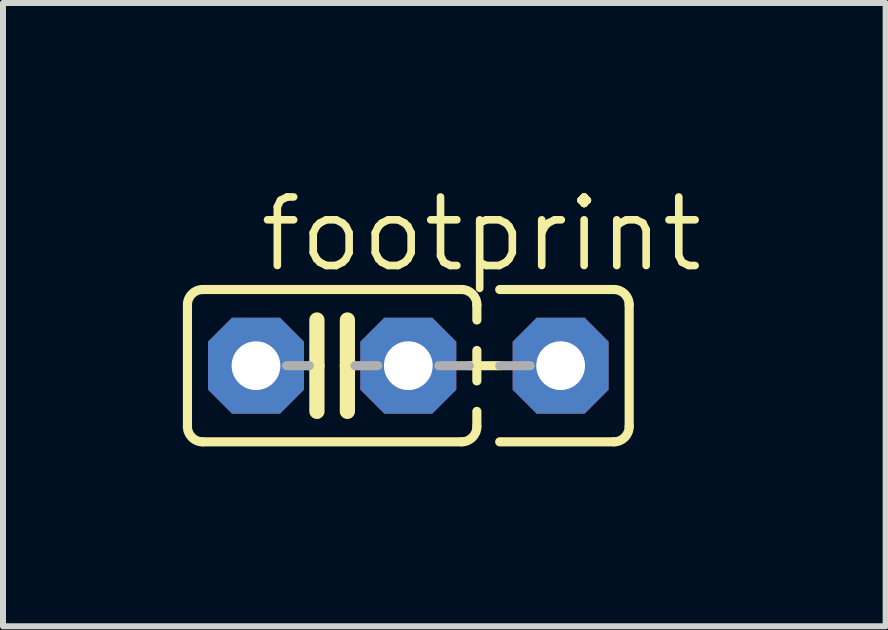
<source format=kicad_pcb>
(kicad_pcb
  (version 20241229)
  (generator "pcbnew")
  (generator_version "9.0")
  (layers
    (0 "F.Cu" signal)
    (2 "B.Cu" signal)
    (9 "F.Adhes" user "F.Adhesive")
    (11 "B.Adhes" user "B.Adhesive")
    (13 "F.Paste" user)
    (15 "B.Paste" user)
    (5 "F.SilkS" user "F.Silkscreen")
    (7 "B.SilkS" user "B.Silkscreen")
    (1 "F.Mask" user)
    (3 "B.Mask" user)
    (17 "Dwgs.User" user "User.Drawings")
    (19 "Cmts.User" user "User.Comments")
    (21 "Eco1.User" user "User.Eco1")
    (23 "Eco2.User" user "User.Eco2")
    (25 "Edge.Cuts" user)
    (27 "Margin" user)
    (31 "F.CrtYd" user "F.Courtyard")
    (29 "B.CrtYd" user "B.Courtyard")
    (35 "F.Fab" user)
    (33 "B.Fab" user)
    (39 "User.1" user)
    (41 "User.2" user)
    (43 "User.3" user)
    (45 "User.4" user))
  (footprint "footprint"
    (layer "F.Cu")
    (at 2.489 3.048)
    (property "Reference" "footprint" (at -1.27 -1.524 0) (layer "F.SilkS") (effects (font (size 1.143 1.143) (thickness 0.127)) (justify left bottom)))
    (fp_line (start -2.413 -1.016) (end -2.413 1.016) (stroke (width 0.152) (type solid)) (layer "F.SilkS"))
    (fp_line (start -2.159 -1.27) (end 2.159 -1.27) (stroke (width 0.152) (type solid)) (layer "F.SilkS"))
    (fp_line (start -0.254 -0.762) (end -0.254 0) (stroke (width 0.254) (type solid)) (layer "F.SilkS"))
    (fp_line (start -0.254 0) (end -0.381 0) (stroke (width 0.152) (type solid)) (layer "F.SilkS"))
    (fp_line (start -0.254 0) (end -0.254 0.762) (stroke (width 0.254) (type solid)) (layer "F.SilkS"))
    (fp_line (start 0.254 0) (end 0.254 -0.762) (stroke (width 0.254) (type solid)) (layer "F.SilkS"))
    (fp_line (start 0.254 0) (end 0.254 0.762) (stroke (width 0.254) (type solid)) (layer "F.SilkS"))
    (fp_line (start 0.381 0) (end 0.254 0) (stroke (width 0.152) (type solid)) (layer "F.SilkS"))
    (fp_line (start 2.159 1.27) (end -2.159 1.27) (stroke (width 0.152) (type solid)) (layer "F.SilkS"))
    (fp_line (start 2.286 0) (end 2.794 0) (stroke (width 0.152) (type solid)) (layer "F.SilkS"))
    (fp_line (start 2.413 -1.016) (end 2.413 -0.762) (stroke (width 0.152) (type solid)) (layer "F.SilkS"))
    (fp_line (start 2.413 -0.254) (end 2.413 0.254) (stroke (width 0.152) (type solid)) (layer "F.SilkS"))
    (fp_line (start 2.413 0.762) (end 2.413 1.016) (stroke (width 0.152) (type solid)) (layer "F.SilkS"))
    (fp_line (start 2.794 -1.27) (end 4.699 -1.27) (stroke (width 0.152) (type solid)) (layer "F.SilkS"))
    (fp_line (start 4.699 1.27) (end 2.794 1.27) (stroke (width 0.152) (type solid)) (layer "F.SilkS"))
    (fp_line (start 4.953 -1.016) (end 4.953 1.016) (stroke (width 0.152) (type solid)) (layer "F.SilkS"))
    (fp_arc (start -2.413 -1.016) (mid -2.338605 -1.195605) (end -2.159 -1.27) (stroke (width 0.1524) (type solid)) (layer "F.SilkS"))
    (fp_arc (start -2.159 1.27) (mid -2.338605 1.195605) (end -2.413 1.016) (stroke (width 0.1524) (type solid)) (layer "F.SilkS"))
    (fp_arc (start 2.159 -1.27) (mid 2.338605 -1.195605) (end 2.413 -1.016) (stroke (width 0.1524) (type solid)) (layer "F.SilkS"))
    (fp_arc (start 2.413 1.016) (mid 2.338605 1.195605) (end 2.159 1.27) (stroke (width 0.1524) (type solid)) (layer "F.SilkS"))
    (fp_arc (start 4.699 -1.27) (mid 4.878605 -1.195605) (end 4.953 -1.016) (stroke (width 0.1524) (type solid)) (layer "F.SilkS"))
    (fp_arc (start 4.953 1.016) (mid 4.878605 1.195605) (end 4.699 1.27) (stroke (width 0.1524) (type solid)) (layer "F.SilkS"))
    (fp_line (start -0.381 0) (end -0.762 0) (stroke (width 0.152) (type solid)) (layer "F.Fab"))
    (fp_line (start 0.381 0) (end 0.762 0) (stroke (width 0.152) (type solid)) (layer "F.Fab"))
    (fp_line (start 1.778 0) (end 2.286 0) (stroke (width 0.152) (type solid)) (layer "F.Fab"))
    (fp_line (start 2.794 0) (end 3.302 0) (stroke (width 0.152) (type solid)) (layer "F.Fab"))
    (pad "1" thru_hole roundrect (at -1.27 0) (size 1.6 1.6) (drill 0.813) (layers "*.Cu" "*.Mask") (roundrect_rratio 0.25) (chamfer_ratio 0.25) (chamfer top_left top_right bottom_left bottom_right))
    (pad "2" thru_hole roundrect (at 1.27 0) (size 1.6 1.6) (drill 0.813) (layers "*.Cu" "*.Mask") (roundrect_rratio 0.25) (chamfer_ratio 0.25) (chamfer top_left top_right bottom_left bottom_right))
    (pad "3" thru_hole roundrect (at 3.81 0) (size 1.6 1.6) (drill 0.813) (layers "*.Cu" "*.Mask") (roundrect_rratio 0.25) (chamfer_ratio 0.25) (chamfer top_left top_right bottom_left bottom_right)))
  (gr_rect
    (start -3 -3)
    (end 11.719 7.394)
    (stroke (width 0.1) (type default))
    (fill no)
    (layer "Edge.Cuts")))
</source>
